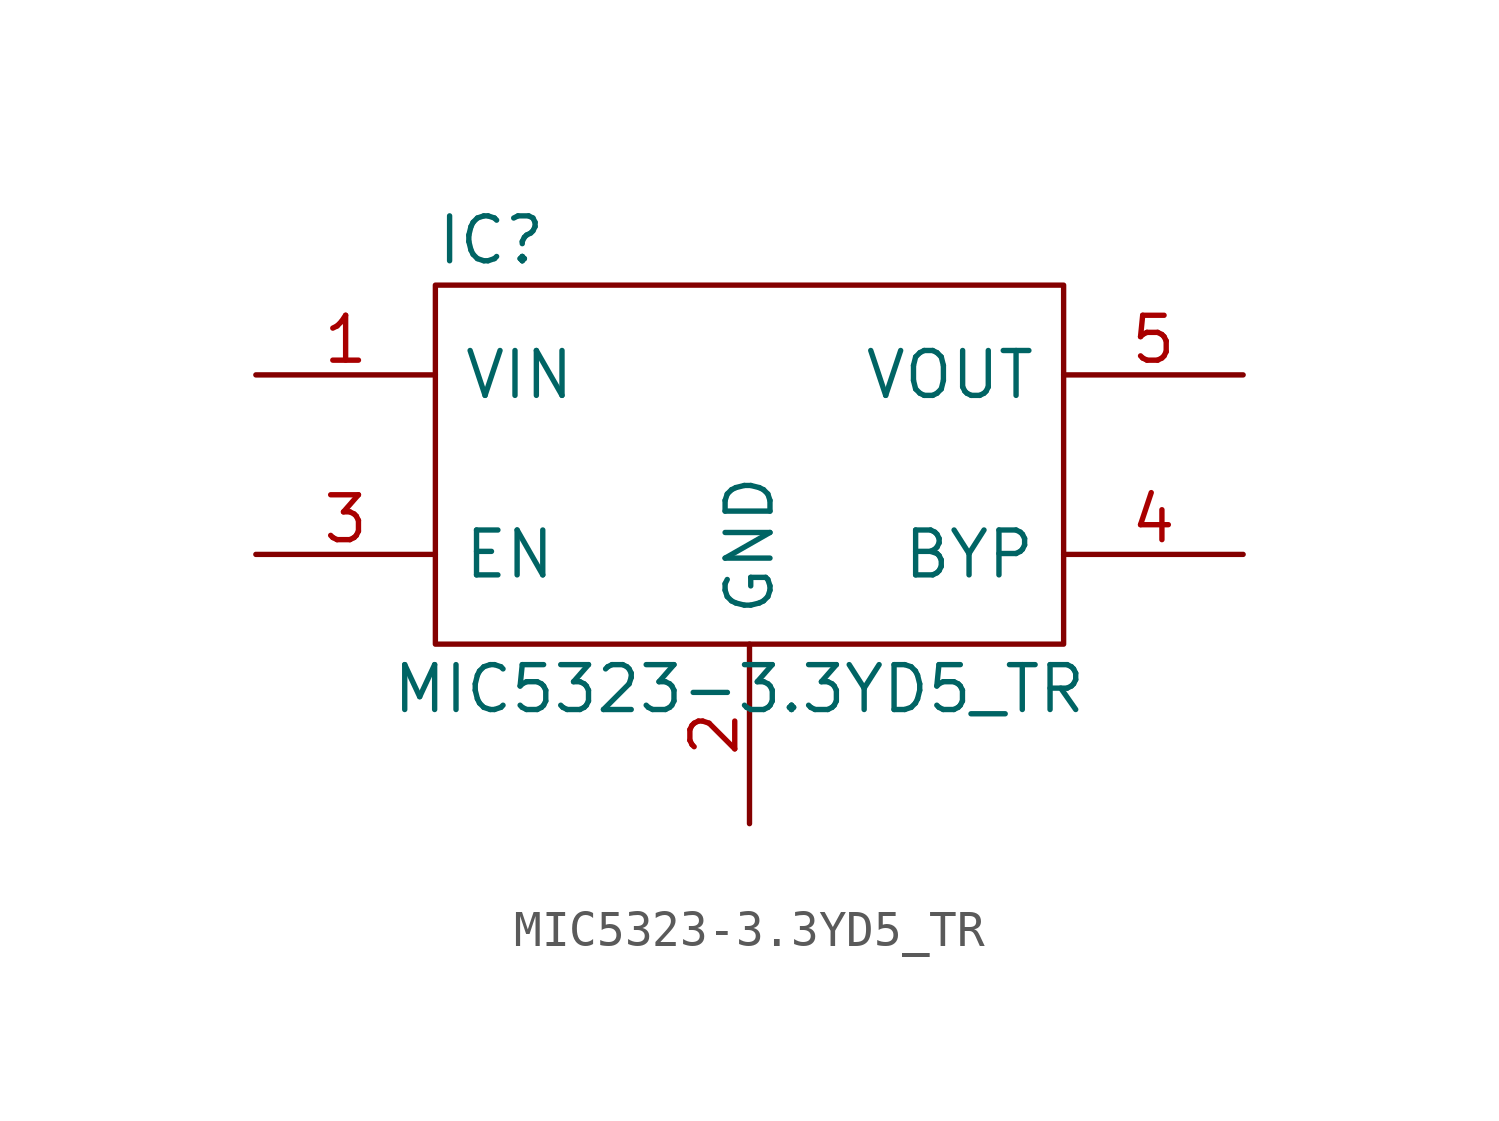
<source format=kicad_sym>
(kicad_symbol_lib
  (version 20211014)
  (generator kicad_symbol_editor)
  (symbol "MIC5323-3.3YD5_TR"
    (pin_names
      (offset 0.762))
    (property "Reference" "IC"
      (at -8.89 6.35 0)
      (effects (font (size 1.27 1.27)) (justify left)))
    (property "Value" "MIC5323-3.3YD5_TR"
      (at -10.16 -6.35 0)
      (effects (font (size 1.27 1.27)) (justify left)))
    (symbol "MIC5323-3.3YD5_TR_0_0"
      (pin passive line (at -13.97 2.54 0) (length 5.08) (name "VIN" (effects (font (size 1.27 1.27)))) (number "1" (effects (font (size 1.27 1.27)))))
      (pin passive line (at 0 -10.16 90) (length 5.08) (name "GND" (effects (font (size 1.27 1.27)))) (number "2" (effects (font (size 1.27 1.27)))))
      (pin passive line (at -13.97 -2.54 0) (length 5.08) (name "EN" (effects (font (size 1.27 1.27)))) (number "3" (effects (font (size 1.27 1.27)))))
      (pin passive line (at 13.97 -2.54 180) (length 5.08) (name "BYP" (effects (font (size 1.27 1.27)))) (number "4" (effects (font (size 1.27 1.27)))))
      (pin passive line (at 13.97 2.54 180) (length 5.08) (name "VOUT" (effects (font (size 1.27 1.27)))) (number "5" (effects (font (size 1.27 1.27))))))
    (symbol "MIC5323-3.3YD5_TR_0_1"
      (polyline (pts (xy -8.89 5.08) (xy 8.89 5.08) (xy 8.89 -5.08) (xy -8.89 -5.08) (xy -8.89 5.08)) (stroke (width 0.152) (type default) (color 0 0 0 0)) (fill (type none))))))
</source>
